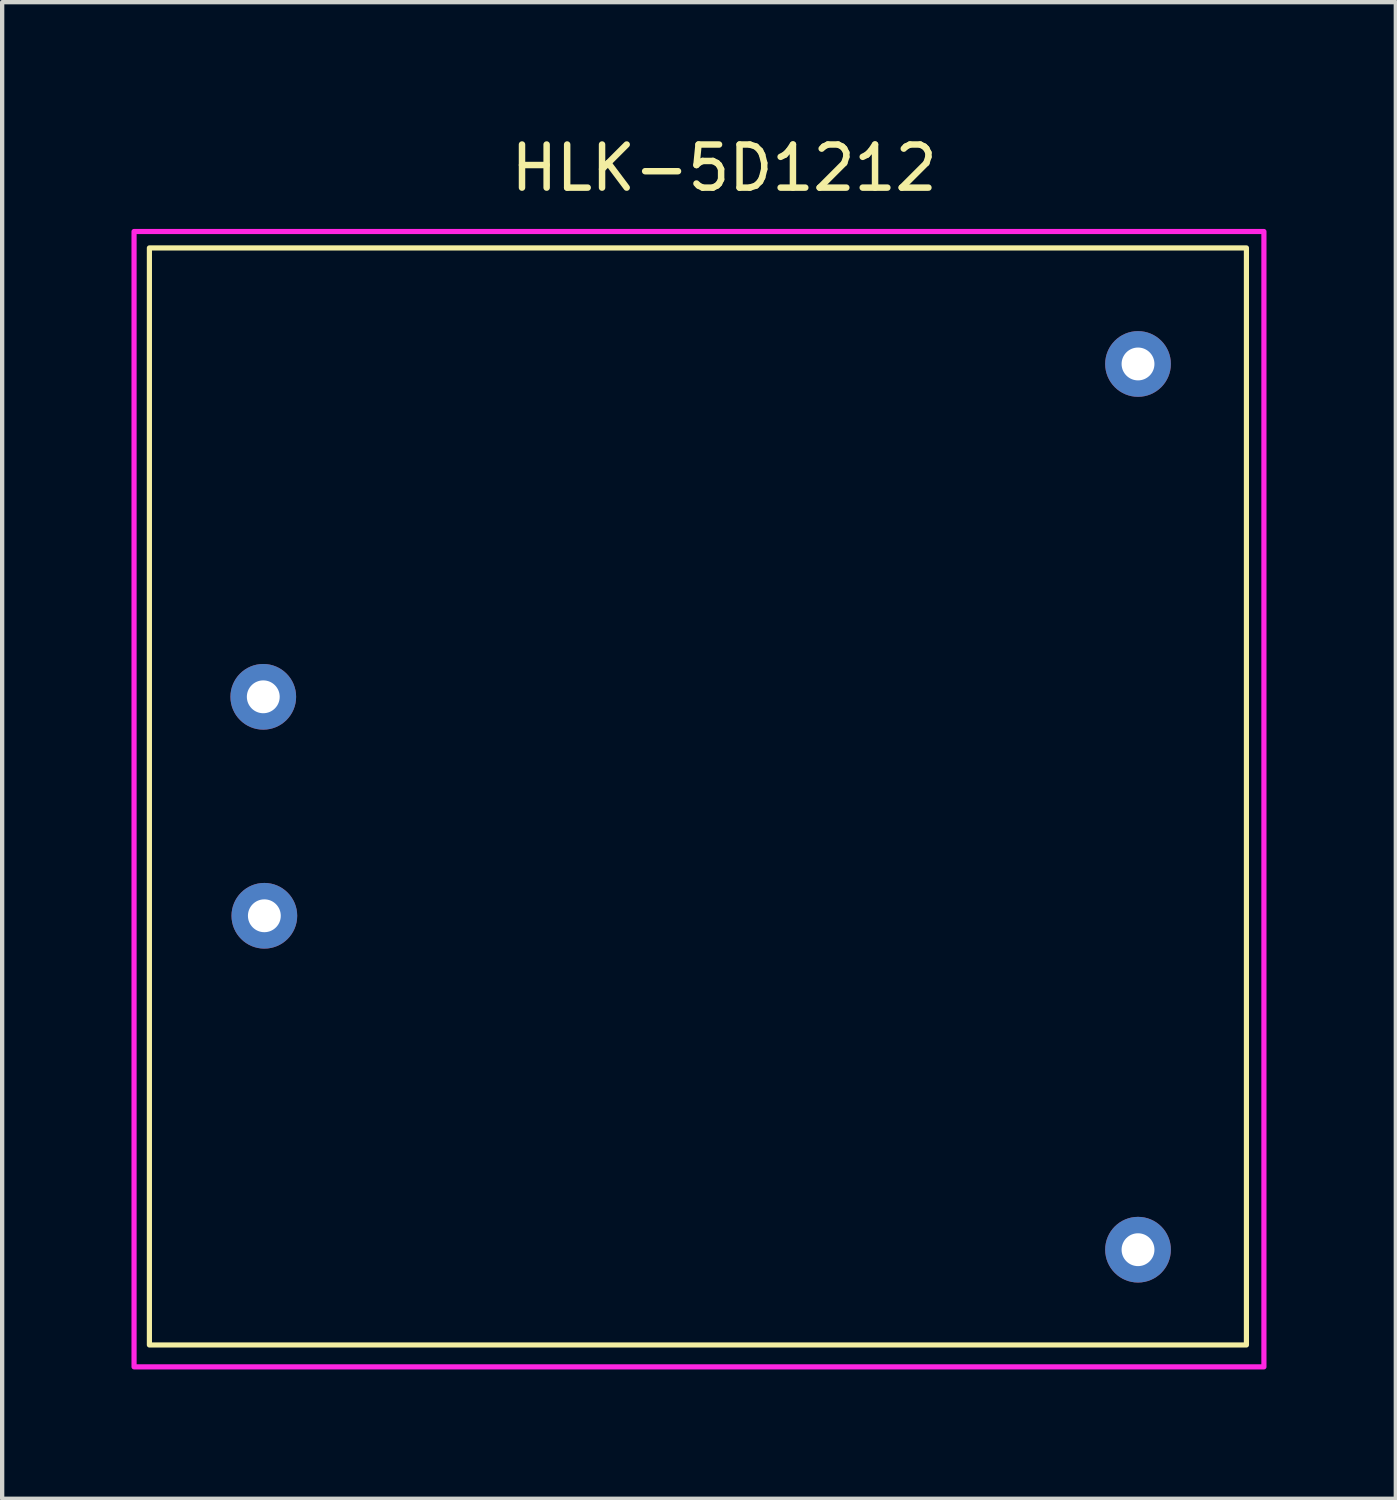
<source format=kicad_pcb>
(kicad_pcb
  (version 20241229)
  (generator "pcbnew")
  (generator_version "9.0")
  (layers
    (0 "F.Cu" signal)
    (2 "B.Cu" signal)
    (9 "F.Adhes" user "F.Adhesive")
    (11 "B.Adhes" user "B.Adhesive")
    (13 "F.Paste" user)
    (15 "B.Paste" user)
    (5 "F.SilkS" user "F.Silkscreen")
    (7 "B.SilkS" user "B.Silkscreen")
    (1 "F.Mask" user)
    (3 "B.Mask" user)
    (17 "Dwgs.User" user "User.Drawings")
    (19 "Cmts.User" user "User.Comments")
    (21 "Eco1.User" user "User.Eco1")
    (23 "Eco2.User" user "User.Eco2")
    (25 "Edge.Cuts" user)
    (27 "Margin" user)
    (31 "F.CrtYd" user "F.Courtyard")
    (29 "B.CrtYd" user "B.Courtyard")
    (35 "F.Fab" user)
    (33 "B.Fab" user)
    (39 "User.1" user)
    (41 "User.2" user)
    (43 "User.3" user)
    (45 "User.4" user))
  (footprint "HLK-5D1212"
    (layer "F.Cu")
    (at 13.243 15.656)
    (property "Reference" "HLK-5D1212" (at 0.508 -14.808 0) (unlocked yes) (layer "F.SilkS") (effects (font (size 1 1) (thickness 0.15))))
    (attr through_hole)
    (fp_rect (start -12.827 -12.954) (end 12.624 12.497) (stroke (width 0.12) (type solid)) (fill no) (layer "F.SilkS"))
    (fp_rect (start -13.183 -13.335) (end 13.03 13.005) (stroke (width 0.12) (type solid)) (fill no) (layer "F.CrtYd"))
    (pad "1" thru_hole circle (at -10.185 -2.54) (size 1.524 1.524) (drill 0.762) (layers "*.Cu" "*.Mask"))
    (pad "2" thru_hole circle (at -10.16 2.54) (size 1.524 1.524) (drill 0.762) (layers "*.Cu" "*.Mask"))
    (pad "3" thru_hole circle (at 10.109 -10.262) (size 1.524 1.524) (drill 0.762) (layers "*.Cu" "*.Mask"))
    (pad "4" thru_hole circle (at 10.109 10.287) (size 1.524 1.524) (drill 0.762) (layers "*.Cu" "*.Mask")))
  (gr_rect
    (start -3 -3)
    (end 29.333 31.721)
    (stroke (width 0.1) (type default))
    (fill no)
    (layer "Edge.Cuts")))
</source>
